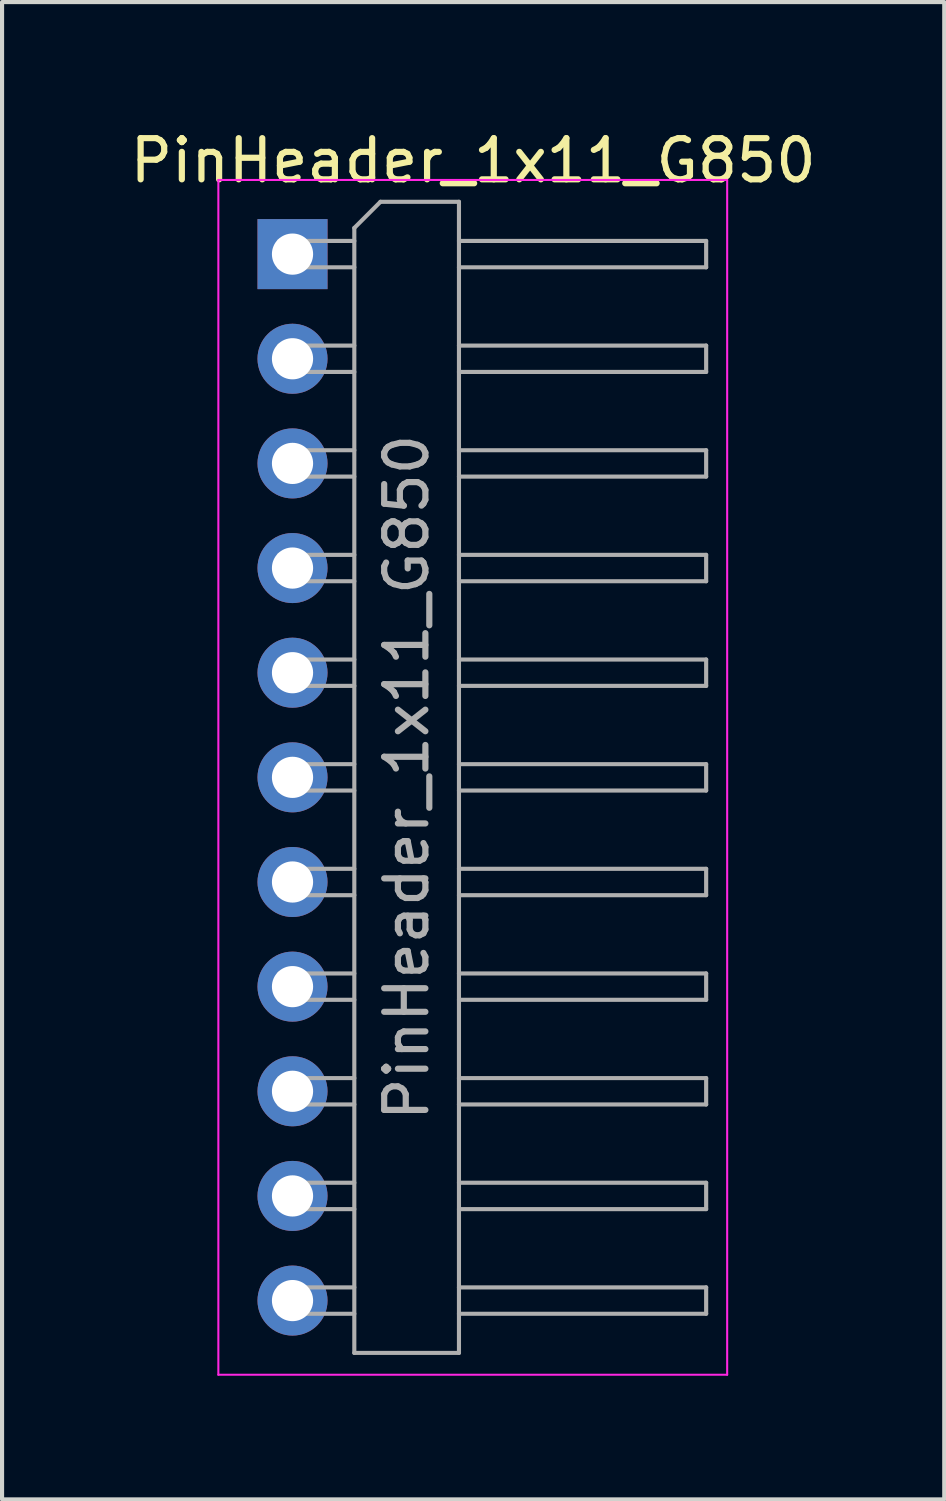
<source format=kicad_pcb>
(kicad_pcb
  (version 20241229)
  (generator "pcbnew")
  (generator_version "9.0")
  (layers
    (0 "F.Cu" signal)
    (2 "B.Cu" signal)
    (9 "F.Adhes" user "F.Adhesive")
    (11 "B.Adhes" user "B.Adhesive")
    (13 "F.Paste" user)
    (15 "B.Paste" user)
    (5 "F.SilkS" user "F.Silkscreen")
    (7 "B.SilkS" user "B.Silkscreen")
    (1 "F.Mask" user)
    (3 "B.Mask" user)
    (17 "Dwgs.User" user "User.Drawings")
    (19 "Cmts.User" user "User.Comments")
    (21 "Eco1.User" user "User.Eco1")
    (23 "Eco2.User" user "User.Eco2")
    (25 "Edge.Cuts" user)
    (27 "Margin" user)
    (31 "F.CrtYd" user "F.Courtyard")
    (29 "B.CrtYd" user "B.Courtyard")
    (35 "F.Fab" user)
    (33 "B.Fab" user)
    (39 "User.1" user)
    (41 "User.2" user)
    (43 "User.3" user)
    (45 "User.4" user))
  (footprint "PinHeader_1x11_G850"
    (layer "F.Cu")
    (at 4.05 3.118)
    (property "Reference" "PinHeader_1x11_G850" (at 4.385 -2.27 0) (layer "F.SilkS") (effects (font (size 1 1) (thickness 0.15))))
    (attr through_hole)
    (fp_line (start -1.8 -1.8) (end -1.8 27.2) (stroke (width 0.05) (type solid)) (layer "F.CrtYd"))
    (fp_line (start -1.8 27.2) (end 10.55 27.2) (stroke (width 0.05) (type solid)) (layer "F.CrtYd"))
    (fp_line (start 10.55 -1.8) (end -1.8 -1.8) (stroke (width 0.05) (type solid)) (layer "F.CrtYd"))
    (fp_line (start 10.55 27.2) (end 10.55 -1.8) (stroke (width 0.05) (type solid)) (layer "F.CrtYd"))
    (fp_line (start -0.32 -0.32) (end -0.32 0.32) (stroke (width 0.1) (type solid)) (layer "F.Fab"))
    (fp_line (start -0.32 -0.32) (end 1.5 -0.32) (stroke (width 0.1) (type solid)) (layer "F.Fab"))
    (fp_line (start -0.32 0.32) (end 1.5 0.32) (stroke (width 0.1) (type solid)) (layer "F.Fab"))
    (fp_line (start -0.32 2.22) (end -0.32 2.86) (stroke (width 0.1) (type solid)) (layer "F.Fab"))
    (fp_line (start -0.32 2.22) (end 1.5 2.22) (stroke (width 0.1) (type solid)) (layer "F.Fab"))
    (fp_line (start -0.32 2.86) (end 1.5 2.86) (stroke (width 0.1) (type solid)) (layer "F.Fab"))
    (fp_line (start -0.32 4.76) (end -0.32 5.4) (stroke (width 0.1) (type solid)) (layer "F.Fab"))
    (fp_line (start -0.32 4.76) (end 1.5 4.76) (stroke (width 0.1) (type solid)) (layer "F.Fab"))
    (fp_line (start -0.32 5.4) (end 1.5 5.4) (stroke (width 0.1) (type solid)) (layer "F.Fab"))
    (fp_line (start -0.32 7.3) (end -0.32 7.94) (stroke (width 0.1) (type solid)) (layer "F.Fab"))
    (fp_line (start -0.32 7.3) (end 1.5 7.3) (stroke (width 0.1) (type solid)) (layer "F.Fab"))
    (fp_line (start -0.32 7.94) (end 1.5 7.94) (stroke (width 0.1) (type solid)) (layer "F.Fab"))
    (fp_line (start -0.32 9.84) (end -0.32 10.48) (stroke (width 0.1) (type solid)) (layer "F.Fab"))
    (fp_line (start -0.32 9.84) (end 1.5 9.84) (stroke (width 0.1) (type solid)) (layer "F.Fab"))
    (fp_line (start -0.32 10.48) (end 1.5 10.48) (stroke (width 0.1) (type solid)) (layer "F.Fab"))
    (fp_line (start -0.32 12.38) (end -0.32 13.02) (stroke (width 0.1) (type solid)) (layer "F.Fab"))
    (fp_line (start -0.32 12.38) (end 1.5 12.38) (stroke (width 0.1) (type solid)) (layer "F.Fab"))
    (fp_line (start -0.32 13.02) (end 1.5 13.02) (stroke (width 0.1) (type solid)) (layer "F.Fab"))
    (fp_line (start -0.32 14.92) (end -0.32 15.56) (stroke (width 0.1) (type solid)) (layer "F.Fab"))
    (fp_line (start -0.32 14.92) (end 1.5 14.92) (stroke (width 0.1) (type solid)) (layer "F.Fab"))
    (fp_line (start -0.32 15.56) (end 1.5 15.56) (stroke (width 0.1) (type solid)) (layer "F.Fab"))
    (fp_line (start -0.32 17.46) (end -0.32 18.1) (stroke (width 0.1) (type solid)) (layer "F.Fab"))
    (fp_line (start -0.32 17.46) (end 1.5 17.46) (stroke (width 0.1) (type solid)) (layer "F.Fab"))
    (fp_line (start -0.32 18.1) (end 1.5 18.1) (stroke (width 0.1) (type solid)) (layer "F.Fab"))
    (fp_line (start -0.32 20) (end -0.32 20.64) (stroke (width 0.1) (type solid)) (layer "F.Fab"))
    (fp_line (start -0.32 20) (end 1.5 20) (stroke (width 0.1) (type solid)) (layer "F.Fab"))
    (fp_line (start -0.32 20.64) (end 1.5 20.64) (stroke (width 0.1) (type solid)) (layer "F.Fab"))
    (fp_line (start -0.32 22.54) (end -0.32 23.18) (stroke (width 0.1) (type solid)) (layer "F.Fab"))
    (fp_line (start -0.32 22.54) (end 1.5 22.54) (stroke (width 0.1) (type solid)) (layer "F.Fab"))
    (fp_line (start -0.32 23.18) (end 1.5 23.18) (stroke (width 0.1) (type solid)) (layer "F.Fab"))
    (fp_line (start -0.32 25.08) (end -0.32 25.72) (stroke (width 0.1) (type solid)) (layer "F.Fab"))
    (fp_line (start -0.32 25.08) (end 1.5 25.08) (stroke (width 0.1) (type solid)) (layer "F.Fab"))
    (fp_line (start -0.32 25.72) (end 1.5 25.72) (stroke (width 0.1) (type solid)) (layer "F.Fab"))
    (fp_line (start 1.5 -0.635) (end 2.135 -1.27) (stroke (width 0.1) (type solid)) (layer "F.Fab"))
    (fp_line (start 1.5 26.67) (end 1.5 -0.635) (stroke (width 0.1) (type solid)) (layer "F.Fab"))
    (fp_line (start 2.135 -1.27) (end 4.04 -1.27) (stroke (width 0.1) (type solid)) (layer "F.Fab"))
    (fp_line (start 4.04 -1.27) (end 4.04 26.67) (stroke (width 0.1) (type solid)) (layer "F.Fab"))
    (fp_line (start 4.04 -0.32) (end 10.04 -0.32) (stroke (width 0.1) (type solid)) (layer "F.Fab"))
    (fp_line (start 4.04 0.32) (end 10.04 0.32) (stroke (width 0.1) (type solid)) (layer "F.Fab"))
    (fp_line (start 4.04 2.22) (end 10.04 2.22) (stroke (width 0.1) (type solid)) (layer "F.Fab"))
    (fp_line (start 4.04 2.86) (end 10.04 2.86) (stroke (width 0.1) (type solid)) (layer "F.Fab"))
    (fp_line (start 4.04 4.76) (end 10.04 4.76) (stroke (width 0.1) (type solid)) (layer "F.Fab"))
    (fp_line (start 4.04 5.4) (end 10.04 5.4) (stroke (width 0.1) (type solid)) (layer "F.Fab"))
    (fp_line (start 4.04 7.3) (end 10.04 7.3) (stroke (width 0.1) (type solid)) (layer "F.Fab"))
    (fp_line (start 4.04 7.94) (end 10.04 7.94) (stroke (width 0.1) (type solid)) (layer "F.Fab"))
    (fp_line (start 4.04 9.84) (end 10.04 9.84) (stroke (width 0.1) (type solid)) (layer "F.Fab"))
    (fp_line (start 4.04 10.48) (end 10.04 10.48) (stroke (width 0.1) (type solid)) (layer "F.Fab"))
    (fp_line (start 4.04 12.38) (end 10.04 12.38) (stroke (width 0.1) (type solid)) (layer "F.Fab"))
    (fp_line (start 4.04 13.02) (end 10.04 13.02) (stroke (width 0.1) (type solid)) (layer "F.Fab"))
    (fp_line (start 4.04 14.92) (end 10.04 14.92) (stroke (width 0.1) (type solid)) (layer "F.Fab"))
    (fp_line (start 4.04 15.56) (end 10.04 15.56) (stroke (width 0.1) (type solid)) (layer "F.Fab"))
    (fp_line (start 4.04 17.46) (end 10.04 17.46) (stroke (width 0.1) (type solid)) (layer "F.Fab"))
    (fp_line (start 4.04 18.1) (end 10.04 18.1) (stroke (width 0.1) (type solid)) (layer "F.Fab"))
    (fp_line (start 4.04 20) (end 10.04 20) (stroke (width 0.1) (type solid)) (layer "F.Fab"))
    (fp_line (start 4.04 20.64) (end 10.04 20.64) (stroke (width 0.1) (type solid)) (layer "F.Fab"))
    (fp_line (start 4.04 22.54) (end 10.04 22.54) (stroke (width 0.1) (type solid)) (layer "F.Fab"))
    (fp_line (start 4.04 23.18) (end 10.04 23.18) (stroke (width 0.1) (type solid)) (layer "F.Fab"))
    (fp_line (start 4.04 25.08) (end 10.04 25.08) (stroke (width 0.1) (type solid)) (layer "F.Fab"))
    (fp_line (start 4.04 25.72) (end 10.04 25.72) (stroke (width 0.1) (type solid)) (layer "F.Fab"))
    (fp_line (start 4.04 26.67) (end 1.5 26.67) (stroke (width 0.1) (type solid)) (layer "F.Fab"))
    (fp_line (start 10.04 -0.32) (end 10.04 0.32) (stroke (width 0.1) (type solid)) (layer "F.Fab"))
    (fp_line (start 10.04 2.22) (end 10.04 2.86) (stroke (width 0.1) (type solid)) (layer "F.Fab"))
    (fp_line (start 10.04 4.76) (end 10.04 5.4) (stroke (width 0.1) (type solid)) (layer "F.Fab"))
    (fp_line (start 10.04 7.3) (end 10.04 7.94) (stroke (width 0.1) (type solid)) (layer "F.Fab"))
    (fp_line (start 10.04 9.84) (end 10.04 10.48) (stroke (width 0.1) (type solid)) (layer "F.Fab"))
    (fp_line (start 10.04 12.38) (end 10.04 13.02) (stroke (width 0.1) (type solid)) (layer "F.Fab"))
    (fp_line (start 10.04 14.92) (end 10.04 15.56) (stroke (width 0.1) (type solid)) (layer "F.Fab"))
    (fp_line (start 10.04 17.46) (end 10.04 18.1) (stroke (width 0.1) (type solid)) (layer "F.Fab"))
    (fp_line (start 10.04 20) (end 10.04 20.64) (stroke (width 0.1) (type solid)) (layer "F.Fab"))
    (fp_line (start 10.04 22.54) (end 10.04 23.18) (stroke (width 0.1) (type solid)) (layer "F.Fab"))
    (fp_line (start 10.04 25.08) (end 10.04 25.72) (stroke (width 0.1) (type solid)) (layer "F.Fab"))
    (fp_text user "${REFERENCE}" (at 2.77 12.7 90) (layer "F.Fab") (effects (font (size 1 1) (thickness 0.15))))
    (pad "1" thru_hole rect (at 0 0) (size 1.7 1.7) (drill 1) (layers "*.Cu" "*.Mask"))
    (pad "2" thru_hole oval (at 0 2.54) (size 1.7 1.7) (drill 1) (layers "*.Cu" "*.Mask"))
    (pad "3" thru_hole oval (at 0 5.08) (size 1.7 1.7) (drill 1) (layers "*.Cu" "*.Mask"))
    (pad "4" thru_hole oval (at 0 7.62) (size 1.7 1.7) (drill 1) (layers "*.Cu" "*.Mask"))
    (pad "5" thru_hole oval (at 0 10.16) (size 1.7 1.7) (drill 1) (layers "*.Cu" "*.Mask"))
    (pad "6" thru_hole oval (at 0 12.7) (size 1.7 1.7) (drill 1) (layers "*.Cu" "*.Mask"))
    (pad "7" thru_hole oval (at 0 15.24) (size 1.7 1.7) (drill 1) (layers "*.Cu" "*.Mask"))
    (pad "8" thru_hole oval (at 0 17.78) (size 1.7 1.7) (drill 1) (layers "*.Cu" "*.Mask"))
    (pad "9" thru_hole oval (at 0 20.32) (size 1.7 1.7) (drill 1) (layers "*.Cu" "*.Mask"))
    (pad "10" thru_hole oval (at 0 22.86) (size 1.7 1.7) (drill 1) (layers "*.Cu" "*.Mask"))
    (pad "11" thru_hole oval (at 0 25.4) (size 1.7 1.7) (drill 1) (layers "*.Cu" "*.Mask")))
  (gr_rect
    (start -3 -3)
    (end 19.869 33.343)
    (stroke (width 0.1) (type default))
    (fill no)
    (layer "Edge.Cuts")))
</source>
